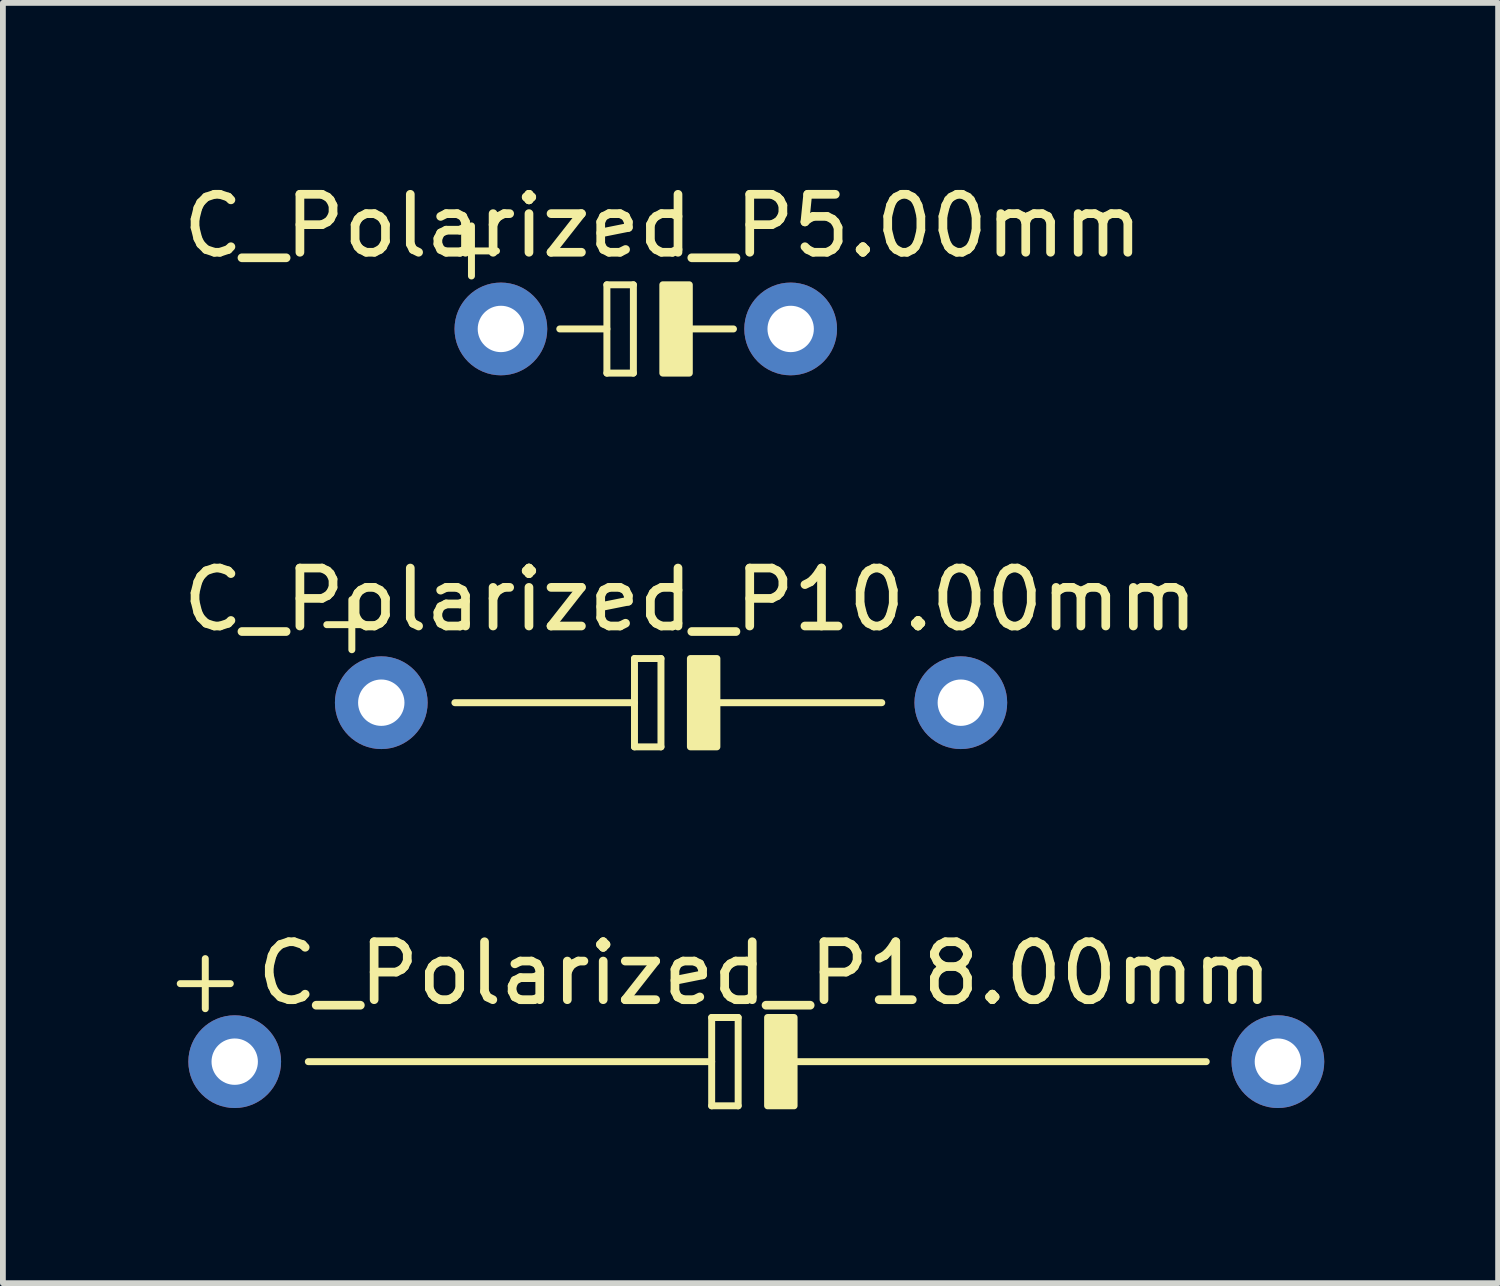
<source format=kicad_pcb>
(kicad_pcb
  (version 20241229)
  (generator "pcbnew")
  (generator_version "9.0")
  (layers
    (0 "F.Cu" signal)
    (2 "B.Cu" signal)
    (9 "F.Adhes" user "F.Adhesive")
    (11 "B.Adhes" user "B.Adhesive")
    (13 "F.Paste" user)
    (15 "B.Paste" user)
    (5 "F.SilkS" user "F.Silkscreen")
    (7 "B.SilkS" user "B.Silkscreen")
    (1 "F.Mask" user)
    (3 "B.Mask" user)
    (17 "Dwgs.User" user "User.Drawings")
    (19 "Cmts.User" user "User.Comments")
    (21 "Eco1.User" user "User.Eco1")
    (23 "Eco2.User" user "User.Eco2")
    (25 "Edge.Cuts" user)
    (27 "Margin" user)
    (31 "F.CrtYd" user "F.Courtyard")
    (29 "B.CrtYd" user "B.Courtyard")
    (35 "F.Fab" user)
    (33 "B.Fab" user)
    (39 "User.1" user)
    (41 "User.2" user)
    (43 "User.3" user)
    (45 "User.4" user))
  (footprint "C_Polarized_P10.00mm"
    (layer "F.Cu")
    (at 3.529 9.075)
    (property "Reference" "C_Polarized_P10.00mm" (at 5.334 -1.778 0) (layer "F.SilkS") (effects (font (size 1 1) (thickness 0.15))))
    (attr through_hole)
    (fp_line (start -0.94 -1.346) (end -0.076 -1.346) (stroke (width 0.12) (type solid)) (layer "F.SilkS"))
    (fp_line (start -0.508 -0.914) (end -0.508 -1.778) (stroke (width 0.12) (type solid)) (layer "F.SilkS"))
    (fp_line (start 1.27 0) (end 4.369 0) (stroke (width 0.12) (type solid)) (layer "F.SilkS"))
    (fp_line (start 4.369 -0.762) (end 4.369 0.762) (stroke (width 0.12) (type solid)) (layer "F.SilkS"))
    (fp_line (start 4.369 -0.762) (end 4.826 -0.762) (stroke (width 0.12) (type solid)) (layer "F.SilkS"))
    (fp_line (start 4.369 0.762) (end 4.826 0.762) (stroke (width 0.12) (type solid)) (layer "F.SilkS"))
    (fp_line (start 4.826 -0.762) (end 4.826 0.762) (stroke (width 0.12) (type solid)) (layer "F.SilkS"))
    (fp_line (start 5.588 0) (end 8.636 0) (stroke (width 0.12) (type solid)) (layer "F.SilkS"))
    (fp_rect (start 5.334 -0.762) (end 5.791 0.762) (stroke (width 0.12) (type solid)) (fill yes) (layer "F.SilkS"))
    (pad "1" thru_hole circle (at 0 0) (size 1.6 1.6) (drill 0.8) (layers "*.Cu" "*.Mask"))
    (pad "2" thru_hole circle (at 10 0) (size 1.6 1.6) (drill 0.8) (layers "*.Cu" "*.Mask")))
  (footprint "C_Polarized_P18.00mm"
    (layer "F.Cu")
    (at 1 15.269)
    (property "Reference" "C_Polarized_P18.00mm" (at 9.144 -1.524 0) (layer "F.SilkS") (effects (font (size 1 1) (thickness 0.15))))
    (attr through_hole)
    (fp_line (start -0.94 -1.346) (end -0.076 -1.346) (stroke (width 0.12) (type solid)) (layer "F.SilkS"))
    (fp_line (start -0.508 -0.914) (end -0.508 -1.778) (stroke (width 0.12) (type solid)) (layer "F.SilkS"))
    (fp_line (start 1.27 0) (end 8.23 0) (stroke (width 0.12) (type solid)) (layer "F.SilkS"))
    (fp_line (start 8.23 -0.762) (end 8.23 0.762) (stroke (width 0.12) (type solid)) (layer "F.SilkS"))
    (fp_line (start 8.23 -0.762) (end 8.687 -0.762) (stroke (width 0.12) (type solid)) (layer "F.SilkS"))
    (fp_line (start 8.23 0.762) (end 8.687 0.762) (stroke (width 0.12) (type solid)) (layer "F.SilkS"))
    (fp_line (start 8.687 -0.762) (end 8.687 0.762) (stroke (width 0.12) (type solid)) (layer "F.SilkS"))
    (fp_line (start 9.449 0) (end 16.764 0) (stroke (width 0.12) (type solid)) (layer "F.SilkS"))
    (fp_rect (start 9.195 -0.762) (end 9.652 0.762) (stroke (width 0.12) (type solid)) (fill yes) (layer "F.SilkS"))
    (pad "1" thru_hole circle (at 0 0) (size 1.6 1.6) (drill 0.8) (layers "*.Cu" "*.Mask"))
    (pad "2" thru_hole circle (at 18 0) (size 1.6 1.6) (drill 0.8) (layers "*.Cu" "*.Mask")))
  (footprint "C_Polarized_P5.00mm"
    (layer "F.Cu")
    (at 5.593 2.626)
    (property "Reference" "C_Polarized_P5.00mm" (at 2.794 -1.778 0) (layer "F.SilkS") (effects (font (size 1 1) (thickness 0.15))))
    (attr through_hole)
    (fp_line (start -0.94 -1.346) (end -0.076 -1.346) (stroke (width 0.12) (type solid)) (layer "F.SilkS"))
    (fp_line (start -0.508 -0.914) (end -0.508 -1.778) (stroke (width 0.12) (type solid)) (layer "F.SilkS"))
    (fp_line (start 1.016 0) (end 1.829 0) (stroke (width 0.12) (type solid)) (layer "F.SilkS"))
    (fp_line (start 1.829 -0.762) (end 1.829 0.762) (stroke (width 0.12) (type solid)) (layer "F.SilkS"))
    (fp_line (start 1.829 -0.762) (end 2.286 -0.762) (stroke (width 0.12) (type solid)) (layer "F.SilkS"))
    (fp_line (start 1.829 0.762) (end 2.286 0.762) (stroke (width 0.12) (type solid)) (layer "F.SilkS"))
    (fp_line (start 2.286 -0.762) (end 2.286 0.762) (stroke (width 0.12) (type solid)) (layer "F.SilkS"))
    (fp_line (start 3.048 0) (end 4.013 0) (stroke (width 0.12) (type solid)) (layer "F.SilkS"))
    (fp_rect (start 2.794 -0.762) (end 3.251 0.762) (stroke (width 0.12) (type solid)) (fill yes) (layer "F.SilkS"))
    (pad "1" thru_hole circle (at 0 0) (size 1.6 1.6) (drill 0.8) (layers "*.Cu" "*.Mask"))
    (pad "2" thru_hole circle (at 5 0) (size 1.6 1.6) (drill 0.8) (layers "*.Cu" "*.Mask")))
  (gr_rect
    (start -3 -3)
    (end 22.8 19.091)
    (stroke (width 0.1) (type default))
    (fill no)
    (layer "Edge.Cuts")))
</source>
